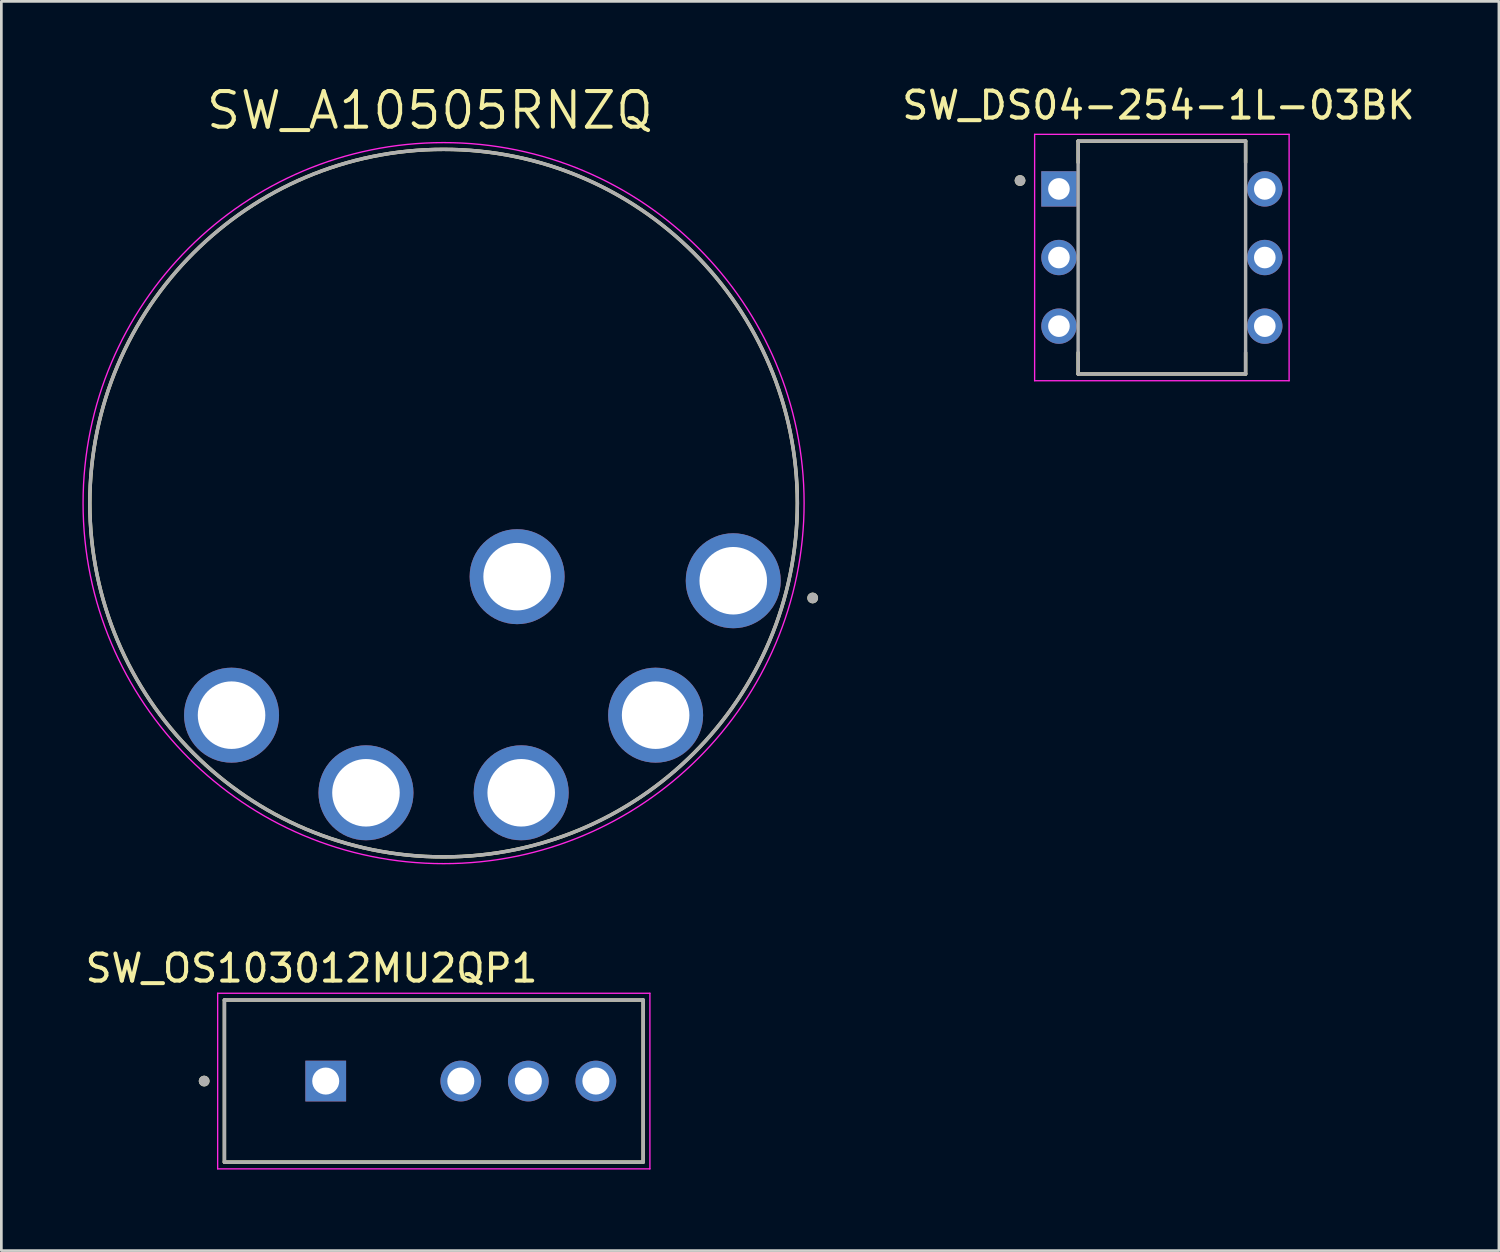
<source format=kicad_pcb>
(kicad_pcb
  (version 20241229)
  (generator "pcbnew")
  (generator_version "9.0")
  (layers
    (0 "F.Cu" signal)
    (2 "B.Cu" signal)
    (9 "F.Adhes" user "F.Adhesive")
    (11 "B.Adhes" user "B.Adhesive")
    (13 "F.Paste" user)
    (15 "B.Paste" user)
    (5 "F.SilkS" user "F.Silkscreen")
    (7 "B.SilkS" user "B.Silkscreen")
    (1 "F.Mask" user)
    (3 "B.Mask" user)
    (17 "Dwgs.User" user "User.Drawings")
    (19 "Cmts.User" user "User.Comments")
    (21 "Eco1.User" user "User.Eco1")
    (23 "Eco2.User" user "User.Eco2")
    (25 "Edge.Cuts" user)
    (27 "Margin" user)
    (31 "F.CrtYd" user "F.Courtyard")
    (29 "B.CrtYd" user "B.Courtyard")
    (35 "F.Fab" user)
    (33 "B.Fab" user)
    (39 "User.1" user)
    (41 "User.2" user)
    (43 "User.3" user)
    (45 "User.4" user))
  (footprint "SW_OS103012MU2QP1"
    (layer "F.Cu")
    (at 14.007 36.967)
    (property "Reference" "SW_OS103012MU2QP1" (at -5.525 -4.175 0) (layer "F.SilkS") (effects (font (size 1 1) (thickness 0.15))))
    (attr through_hole)
    (fp_line (start -8.75 -3) (end 6.75 -3) (stroke (width 0.127) (type solid)) (layer "F.SilkS"))
    (fp_line (start -8.75 3) (end -8.75 -3) (stroke (width 0.127) (type solid)) (layer "F.SilkS"))
    (fp_line (start 6.75 -3) (end 6.75 3) (stroke (width 0.127) (type solid)) (layer "F.SilkS"))
    (fp_line (start 6.75 3) (end -8.75 3) (stroke (width 0.127) (type solid)) (layer "F.SilkS"))
    (fp_circle (center -9.5 0) (end -9.4 0) (stroke (width 0.2) (type solid)) (fill no) (layer "F.SilkS"))
    (fp_line (start -9 -3.25) (end 7 -3.25) (stroke (width 0.05) (type solid)) (layer "F.CrtYd"))
    (fp_line (start -9 3.25) (end -9 -3.25) (stroke (width 0.05) (type solid)) (layer "F.CrtYd"))
    (fp_line (start 7 -3.25) (end 7 3.25) (stroke (width 0.05) (type solid)) (layer "F.CrtYd"))
    (fp_line (start 7 3.25) (end -9 3.25) (stroke (width 0.05) (type solid)) (layer "F.CrtYd"))
    (fp_line (start -8.75 -3) (end 6.75 -3) (stroke (width 0.127) (type solid)) (layer "F.Fab"))
    (fp_line (start -8.75 3) (end -8.75 -3) (stroke (width 0.127) (type solid)) (layer "F.Fab"))
    (fp_line (start 6.75 -3) (end 6.75 3) (stroke (width 0.127) (type solid)) (layer "F.Fab"))
    (fp_line (start 6.75 3) (end -8.75 3) (stroke (width 0.127) (type solid)) (layer "F.Fab"))
    (fp_circle (center -9.5 0) (end -9.4 0) (stroke (width 0.2) (type solid)) (fill no) (layer "F.Fab"))
    (pad "1" thru_hole rect (at -5 0) (size 1.508 1.508) (drill 1) (layers "*.Cu" "*.Mask"))
    (pad "2" thru_hole circle (at 0 0) (size 1.508 1.508) (drill 1) (layers "*.Cu" "*.Mask"))
    (pad "3" thru_hole circle (at 2.5 0) (size 1.508 1.508) (drill 1) (layers "*.Cu" "*.Mask"))
    (pad "4" thru_hole circle (at 5 0) (size 1.508 1.508) (drill 1) (layers "*.Cu" "*.Mask")))
  (footprint "SW_DS04-254-1L-03BK"
    (layer "F.Cu")
    (at 39.958 6.483)
    (property "Reference" "SW_DS04-254-1L-03BK" (at -0.125 -5.635 0) (layer "F.SilkS") (effects (font (size 1 1) (thickness 0.15))))
    (attr through_hole)
    (fp_line (start -3.1 -4.31) (end -3.1 -3.52) (stroke (width 0.127) (type solid)) (layer "F.SilkS"))
    (fp_line (start -3.1 3.52) (end -3.1 4.31) (stroke (width 0.127) (type solid)) (layer "F.SilkS"))
    (fp_line (start -3.1 4.31) (end 3.1 4.31) (stroke (width 0.127) (type solid)) (layer "F.SilkS"))
    (fp_line (start 3.1 -4.31) (end -3.1 -4.31) (stroke (width 0.127) (type solid)) (layer "F.SilkS"))
    (fp_line (start 3.1 -3.52) (end 3.1 -4.31) (stroke (width 0.127) (type solid)) (layer "F.SilkS"))
    (fp_line (start 3.1 4.31) (end 3.1 3.52) (stroke (width 0.127) (type solid)) (layer "F.SilkS"))
    (fp_circle (center -5.25 -2.85) (end -5.15 -2.85) (stroke (width 0.2) (type solid)) (fill no) (layer "F.SilkS"))
    (fp_line (start -4.71 -4.56) (end 4.71 -4.56) (stroke (width 0.05) (type solid)) (layer "F.CrtYd"))
    (fp_line (start -4.71 4.56) (end -4.71 -4.56) (stroke (width 0.05) (type solid)) (layer "F.CrtYd"))
    (fp_line (start 4.71 -4.56) (end 4.71 4.56) (stroke (width 0.05) (type solid)) (layer "F.CrtYd"))
    (fp_line (start 4.71 4.56) (end -4.71 4.56) (stroke (width 0.05) (type solid)) (layer "F.CrtYd"))
    (fp_line (start -3.1 -4.31) (end -3.1 4.31) (stroke (width 0.127) (type solid)) (layer "F.Fab"))
    (fp_line (start -3.1 4.31) (end 3.1 4.31) (stroke (width 0.127) (type solid)) (layer "F.Fab"))
    (fp_line (start 3.1 -4.31) (end -3.1 -4.31) (stroke (width 0.127) (type solid)) (layer "F.Fab"))
    (fp_line (start 3.1 4.31) (end 3.1 -4.31) (stroke (width 0.127) (type solid)) (layer "F.Fab"))
    (fp_circle (center -5.25 -2.85) (end -5.15 -2.85) (stroke (width 0.2) (type solid)) (fill no) (layer "F.Fab"))
    (pad "1A" thru_hole rect (at -3.81 -2.54) (size 1.308 1.308) (drill 0.8) (layers "*.Cu" "*.Mask"))
    (pad "1B" thru_hole circle (at 3.81 -2.54) (size 1.308 1.308) (drill 0.8) (layers "*.Cu" "*.Mask"))
    (pad "2A" thru_hole circle (at -3.81 0) (size 1.308 1.308) (drill 0.8) (layers "*.Cu" "*.Mask"))
    (pad "2B" thru_hole circle (at 3.81 0) (size 1.308 1.308) (drill 0.8) (layers "*.Cu" "*.Mask"))
    (pad "3A" thru_hole circle (at -3.81 2.54) (size 1.308 1.308) (drill 0.8) (layers "*.Cu" "*.Mask"))
    (pad "3B" thru_hole circle (at 3.81 2.54) (size 1.308 1.308) (drill 0.8) (layers "*.Cu" "*.Mask")))
  (footprint "SW_A10505RNZQ"
    (layer "F.Cu")
    (at 13.37 15.574)
    (property "Reference" "SW_A10505RNZQ" (at -0.509 -14.538 0) (layer "F.SilkS") (effects (font (size 1.32 1.32) (thickness 0.15))))
    (attr through_hole)
    (fp_circle (center 0 0) (end 13.095 0) (stroke (width 0.127) (type solid)) (fill no) (layer "F.SilkS"))
    (fp_circle (center 13.662 3.511) (end 13.762 3.511) (stroke (width 0.2) (type solid)) (fill no) (layer "F.SilkS"))
    (fp_circle (center 0 0) (end 13.345 0) (stroke (width 0.05) (type solid)) (fill no) (layer "F.CrtYd"))
    (fp_circle (center 0 0) (end 13.095 0) (stroke (width 0.127) (type solid)) (fill no) (layer "F.Fab"))
    (fp_circle (center 13.662 3.511) (end 13.762 3.511) (stroke (width 0.2) (type solid)) (fill no) (layer "F.Fab"))
    (pad "1" thru_hole circle (at 10.722 2.873) (size 3.516 3.516) (drill 2.5) (layers "*.Cu" "*.Mask"))
    (pad "2" thru_hole circle (at 7.849 7.849) (size 3.516 3.516) (drill 2.5) (layers "*.Cu" "*.Mask"))
    (pad "3" thru_hole circle (at 2.873 10.722) (size 3.516 3.516) (drill 2.5) (layers "*.Cu" "*.Mask"))
    (pad "4" thru_hole circle (at -2.873 10.722) (size 3.516 3.516) (drill 2.5) (layers "*.Cu" "*.Mask"))
    (pad "5" thru_hole circle (at -7.849 7.849) (size 3.516 3.516) (drill 2.5) (layers "*.Cu" "*.Mask"))
    (pad "A" thru_hole circle (at 2.722 2.722) (size 3.516 3.516) (drill 2.5) (layers "*.Cu" "*.Mask")))
  (gr_rect
    (start -3 -3)
    (end 52.434 43.242)
    (stroke (width 0.1) (type default))
    (fill no)
    (layer "Edge.Cuts")))
</source>
